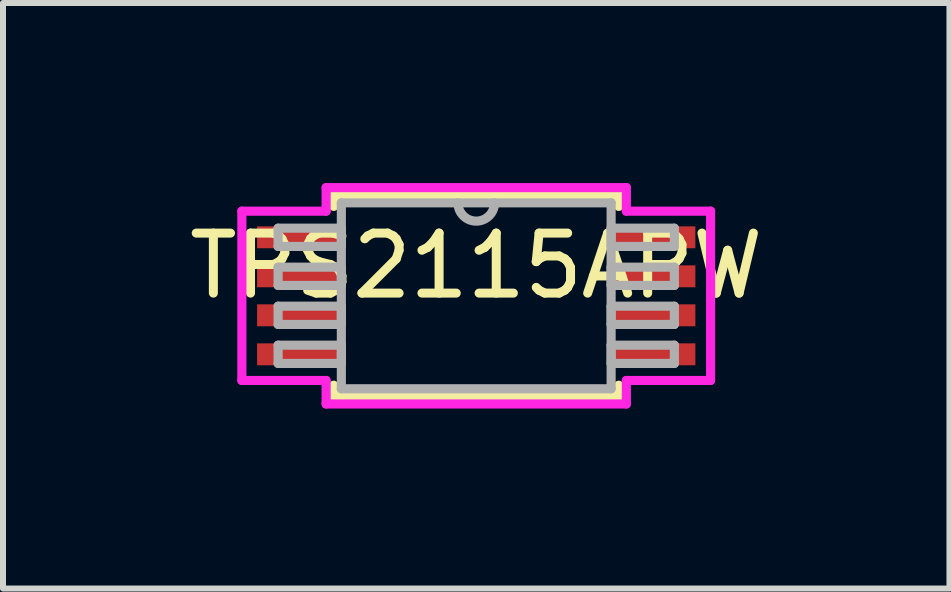
<source format=kicad_pcb>
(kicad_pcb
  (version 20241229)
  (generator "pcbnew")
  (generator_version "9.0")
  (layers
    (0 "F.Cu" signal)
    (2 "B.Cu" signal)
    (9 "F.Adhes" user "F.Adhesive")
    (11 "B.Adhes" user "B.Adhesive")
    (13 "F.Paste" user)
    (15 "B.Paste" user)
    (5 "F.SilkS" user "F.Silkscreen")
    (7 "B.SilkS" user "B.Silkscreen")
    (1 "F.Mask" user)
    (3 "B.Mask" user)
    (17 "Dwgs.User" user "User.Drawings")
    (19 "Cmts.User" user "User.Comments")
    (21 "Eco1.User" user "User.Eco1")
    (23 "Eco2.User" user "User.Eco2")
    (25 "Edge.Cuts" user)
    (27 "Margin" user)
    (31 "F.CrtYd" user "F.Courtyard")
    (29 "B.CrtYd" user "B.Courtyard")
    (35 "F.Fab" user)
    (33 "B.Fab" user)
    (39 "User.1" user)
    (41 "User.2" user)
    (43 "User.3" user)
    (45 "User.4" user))
  (footprint "TPS2115APW"
    (layer "F.Cu")
    (at 4.887 1.88)
    (property "Reference" "TPS2115APW" (at 0 -0.5 0) (layer "F.SilkS") (effects (font (size 1 1) (thickness 0.15))))
    (attr through_hole)
    (fp_line (start -2.375 -1.676) (end -2.375 -1.49) (stroke (width 0.152) (type solid)) (layer "F.SilkS"))
    (fp_line (start -2.375 1.49) (end -2.375 1.676) (stroke (width 0.152) (type solid)) (layer "F.SilkS"))
    (fp_line (start -2.375 1.676) (end 2.375 1.676) (stroke (width 0.152) (type solid)) (layer "F.SilkS"))
    (fp_line (start 2.375 -1.676) (end -2.375 -1.676) (stroke (width 0.152) (type solid)) (layer "F.SilkS"))
    (fp_line (start 2.375 -1.49) (end 2.375 -1.676) (stroke (width 0.152) (type solid)) (layer "F.SilkS"))
    (fp_line (start 2.375 1.676) (end 2.375 1.49) (stroke (width 0.152) (type solid)) (layer "F.SilkS"))
    (fp_line (start -3.906 -1.411) (end -2.502 -1.411) (stroke (width 0.152) (type solid)) (layer "F.CrtYd"))
    (fp_line (start -3.906 1.411) (end -3.906 -1.411) (stroke (width 0.152) (type solid)) (layer "F.CrtYd"))
    (fp_line (start -2.502 -1.803) (end 2.502 -1.803) (stroke (width 0.152) (type solid)) (layer "F.CrtYd"))
    (fp_line (start -2.502 -1.411) (end -2.502 -1.803) (stroke (width 0.152) (type solid)) (layer "F.CrtYd"))
    (fp_line (start -2.502 1.411) (end -3.906 1.411) (stroke (width 0.152) (type solid)) (layer "F.CrtYd"))
    (fp_line (start -2.502 1.803) (end -2.502 1.411) (stroke (width 0.152) (type solid)) (layer "F.CrtYd"))
    (fp_line (start 2.502 -1.803) (end 2.502 -1.411) (stroke (width 0.152) (type solid)) (layer "F.CrtYd"))
    (fp_line (start 2.502 -1.411) (end 3.906 -1.411) (stroke (width 0.152) (type solid)) (layer "F.CrtYd"))
    (fp_line (start 2.502 1.411) (end 2.502 1.803) (stroke (width 0.152) (type solid)) (layer "F.CrtYd"))
    (fp_line (start 2.502 1.803) (end -2.502 1.803) (stroke (width 0.152) (type solid)) (layer "F.CrtYd"))
    (fp_line (start 3.906 -1.411) (end 3.906 1.411) (stroke (width 0.152) (type solid)) (layer "F.CrtYd"))
    (fp_line (start 3.906 1.411) (end 2.502 1.411) (stroke (width 0.152) (type solid)) (layer "F.CrtYd"))
    (fp_line (start -3.302 -1.127) (end -3.302 -0.823) (stroke (width 0.152) (type solid)) (layer "F.Fab"))
    (fp_line (start -3.302 -0.823) (end -2.248 -0.823) (stroke (width 0.152) (type solid)) (layer "F.Fab"))
    (fp_line (start -3.302 -0.477) (end -3.302 -0.173) (stroke (width 0.152) (type solid)) (layer "F.Fab"))
    (fp_line (start -3.302 -0.173) (end -2.248 -0.173) (stroke (width 0.152) (type solid)) (layer "F.Fab"))
    (fp_line (start -3.302 0.173) (end -3.302 0.477) (stroke (width 0.152) (type solid)) (layer "F.Fab"))
    (fp_line (start -3.302 0.477) (end -2.248 0.477) (stroke (width 0.152) (type solid)) (layer "F.Fab"))
    (fp_line (start -3.302 0.823) (end -3.302 1.127) (stroke (width 0.152) (type solid)) (layer "F.Fab"))
    (fp_line (start -3.302 1.127) (end -2.248 1.127) (stroke (width 0.152) (type solid)) (layer "F.Fab"))
    (fp_line (start -2.248 -1.549) (end -2.248 1.549) (stroke (width 0.152) (type solid)) (layer "F.Fab"))
    (fp_line (start -2.248 -1.127) (end -3.302 -1.127) (stroke (width 0.152) (type solid)) (layer "F.Fab"))
    (fp_line (start -2.248 -0.823) (end -2.248 -1.127) (stroke (width 0.152) (type solid)) (layer "F.Fab"))
    (fp_line (start -2.248 -0.477) (end -3.302 -0.477) (stroke (width 0.152) (type solid)) (layer "F.Fab"))
    (fp_line (start -2.248 -0.173) (end -2.248 -0.477) (stroke (width 0.152) (type solid)) (layer "F.Fab"))
    (fp_line (start -2.248 0.173) (end -3.302 0.173) (stroke (width 0.152) (type solid)) (layer "F.Fab"))
    (fp_line (start -2.248 0.477) (end -2.248 0.173) (stroke (width 0.152) (type solid)) (layer "F.Fab"))
    (fp_line (start -2.248 0.823) (end -3.302 0.823) (stroke (width 0.152) (type solid)) (layer "F.Fab"))
    (fp_line (start -2.248 1.127) (end -2.248 0.823) (stroke (width 0.152) (type solid)) (layer "F.Fab"))
    (fp_line (start -2.248 1.549) (end 2.248 1.549) (stroke (width 0.152) (type solid)) (layer "F.Fab"))
    (fp_line (start 2.248 -1.549) (end -2.248 -1.549) (stroke (width 0.152) (type solid)) (layer "F.Fab"))
    (fp_line (start 2.248 -1.127) (end 2.248 -0.823) (stroke (width 0.152) (type solid)) (layer "F.Fab"))
    (fp_line (start 2.248 -0.823) (end 3.302 -0.823) (stroke (width 0.152) (type solid)) (layer "F.Fab"))
    (fp_line (start 2.248 -0.477) (end 2.248 -0.173) (stroke (width 0.152) (type solid)) (layer "F.Fab"))
    (fp_line (start 2.248 -0.173) (end 3.302 -0.173) (stroke (width 0.152) (type solid)) (layer "F.Fab"))
    (fp_line (start 2.248 0.173) (end 2.248 0.477) (stroke (width 0.152) (type solid)) (layer "F.Fab"))
    (fp_line (start 2.248 0.477) (end 3.302 0.477) (stroke (width 0.152) (type solid)) (layer "F.Fab"))
    (fp_line (start 2.248 0.823) (end 2.248 1.127) (stroke (width 0.152) (type solid)) (layer "F.Fab"))
    (fp_line (start 2.248 1.127) (end 3.302 1.127) (stroke (width 0.152) (type solid)) (layer "F.Fab"))
    (fp_line (start 2.248 1.549) (end 2.248 -1.549) (stroke (width 0.152) (type solid)) (layer "F.Fab"))
    (fp_line (start 3.302 -1.127) (end 2.248 -1.127) (stroke (width 0.152) (type solid)) (layer "F.Fab"))
    (fp_line (start 3.302 -0.823) (end 3.302 -1.127) (stroke (width 0.152) (type solid)) (layer "F.Fab"))
    (fp_line (start 3.302 -0.477) (end 2.248 -0.477) (stroke (width 0.152) (type solid)) (layer "F.Fab"))
    (fp_line (start 3.302 -0.173) (end 3.302 -0.477) (stroke (width 0.152) (type solid)) (layer "F.Fab"))
    (fp_line (start 3.302 0.173) (end 2.248 0.173) (stroke (width 0.152) (type solid)) (layer "F.Fab"))
    (fp_line (start 3.302 0.477) (end 3.302 0.173) (stroke (width 0.152) (type solid)) (layer "F.Fab"))
    (fp_line (start 3.302 0.823) (end 2.248 0.823) (stroke (width 0.152) (type solid)) (layer "F.Fab"))
    (fp_line (start 3.302 1.127) (end 3.302 0.823) (stroke (width 0.152) (type solid)) (layer "F.Fab"))
    (fp_arc (start 0.3048 -1.5494) (mid 0 -1.2446) (end -0.3048 -1.5494) (stroke (width 0.1524) (type solid)) (layer "F.Fab"))
    (pad "1" smd rect (at -2.921 -0.975) (size 1.462 0.365) (layers "F.Cu" "F.Mask" "F.Paste"))
    (pad "2" smd rect (at -2.921 -0.325) (size 1.462 0.365) (layers "F.Cu" "F.Mask" "F.Paste"))
    (pad "3" smd rect (at -2.921 0.325) (size 1.462 0.365) (layers "F.Cu" "F.Mask" "F.Paste"))
    (pad "4" smd rect (at -2.921 0.975) (size 1.462 0.365) (layers "F.Cu" "F.Mask" "F.Paste"))
    (pad "5" smd rect (at 2.921 0.975) (size 1.462 0.365) (layers "F.Cu" "F.Mask" "F.Paste"))
    (pad "6" smd rect (at 2.921 0.325) (size 1.462 0.365) (layers "F.Cu" "F.Mask" "F.Paste"))
    (pad "7" smd rect (at 2.921 -0.325) (size 1.462 0.365) (layers "F.Cu" "F.Mask" "F.Paste"))
    (pad "8" smd rect (at 2.921 -0.975) (size 1.462 0.365) (layers "F.Cu" "F.Mask" "F.Paste")))
  (gr_rect
    (start -3 -3)
    (end 12.774 6.759)
    (stroke (width 0.1) (type default))
    (fill no)
    (layer "Edge.Cuts")))
</source>
